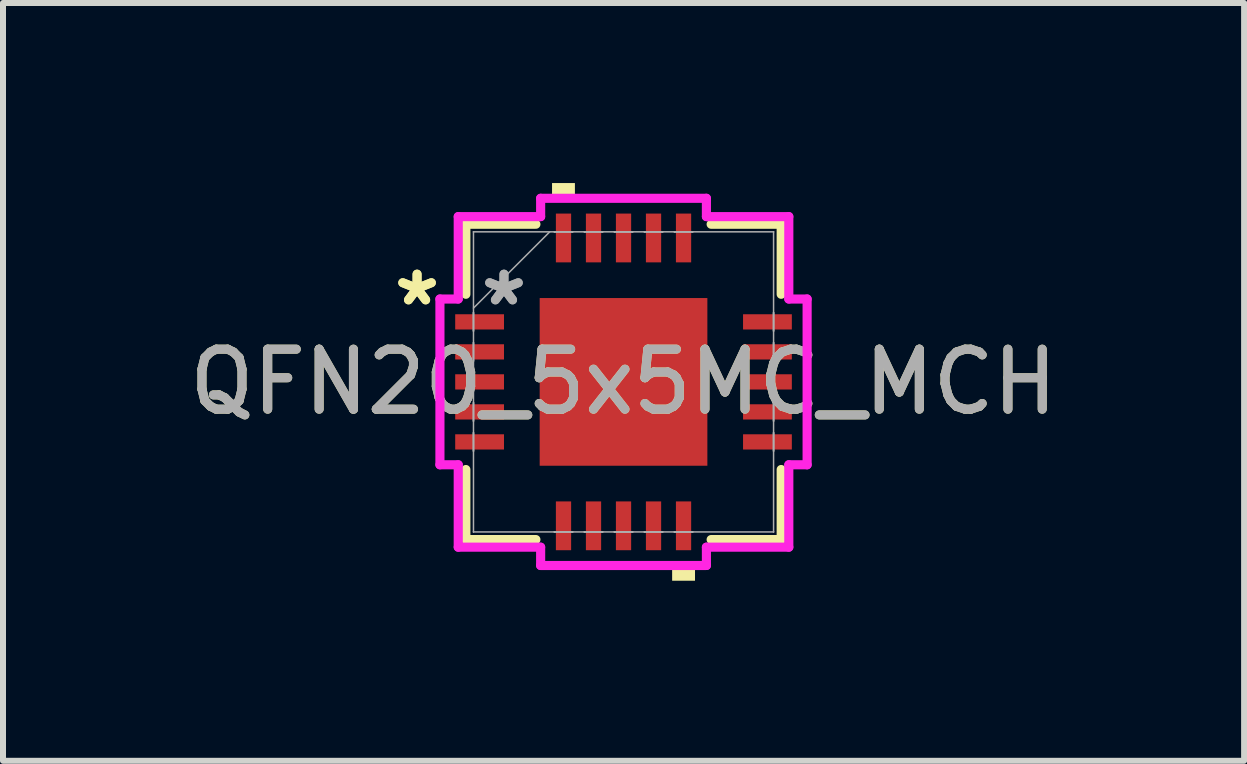
<source format=kicad_pcb>
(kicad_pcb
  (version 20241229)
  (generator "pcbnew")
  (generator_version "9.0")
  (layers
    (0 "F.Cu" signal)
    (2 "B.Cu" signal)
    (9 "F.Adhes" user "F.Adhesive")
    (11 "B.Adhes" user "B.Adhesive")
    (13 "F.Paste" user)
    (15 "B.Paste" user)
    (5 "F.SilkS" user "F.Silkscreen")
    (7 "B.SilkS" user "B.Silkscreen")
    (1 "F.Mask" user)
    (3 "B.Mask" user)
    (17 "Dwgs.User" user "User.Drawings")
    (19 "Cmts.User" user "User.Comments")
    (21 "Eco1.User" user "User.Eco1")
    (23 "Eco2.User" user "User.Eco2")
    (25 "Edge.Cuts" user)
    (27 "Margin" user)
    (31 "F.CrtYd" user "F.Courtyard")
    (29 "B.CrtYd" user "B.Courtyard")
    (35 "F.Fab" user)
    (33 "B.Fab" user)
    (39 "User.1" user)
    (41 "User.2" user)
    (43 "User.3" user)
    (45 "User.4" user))
  (footprint "QFN20_5x5MC_MCH"
    (layer "F.Cu")
    (at 7.339 3.313)
    (property "Reference" "QFN20_5x5MC_MCH" (at 0 0 0) (unlocked yes) (layer "F.SilkS") (effects (font (size 1 1) (thickness 0.15))))
    (attr smd)
    (fp_line (start -2.627 -2.627) (end -2.627 -1.46) (stroke (width 0.152) (type solid)) (layer "F.SilkS"))
    (fp_line (start -2.627 1.46) (end -2.627 2.627) (stroke (width 0.152) (type solid)) (layer "F.SilkS"))
    (fp_line (start -2.627 2.627) (end -1.46 2.627) (stroke (width 0.152) (type solid)) (layer "F.SilkS"))
    (fp_line (start -1.46 -2.627) (end -2.627 -2.627) (stroke (width 0.152) (type solid)) (layer "F.SilkS"))
    (fp_line (start 1.46 2.627) (end 2.627 2.627) (stroke (width 0.152) (type solid)) (layer "F.SilkS"))
    (fp_line (start 2.627 -2.627) (end 1.46 -2.627) (stroke (width 0.152) (type solid)) (layer "F.SilkS"))
    (fp_line (start 2.627 -1.46) (end 2.627 -2.627) (stroke (width 0.152) (type solid)) (layer "F.SilkS"))
    (fp_line (start 2.627 2.627) (end 2.627 1.46) (stroke (width 0.152) (type solid)) (layer "F.SilkS"))
    (fp_poly (pts (xy -1.191 -3.059) (xy -1.191 -3.313) (xy -0.81 -3.313) (xy -0.81 -3.059)) (stroke (width 0) (type solid)) (fill yes) (layer "F.SilkS"))
    (fp_poly (pts (xy 0.81 3.059) (xy 0.81 3.313) (xy 1.191 3.313) (xy 1.191 3.059)) (stroke (width 0) (type solid)) (fill yes) (layer "F.SilkS"))
    (fp_poly (pts (xy -1.297 -1.297) (xy -1.297 -0.1) (xy -0.1 -0.1) (xy -0.1 -1.297)) (stroke (width 0) (type solid)) (fill yes) (layer "F.Paste"))
    (fp_poly (pts (xy -1.297 0.1) (xy -1.297 1.297) (xy -0.1 1.297) (xy -0.1 0.1)) (stroke (width 0) (type solid)) (fill yes) (layer "F.Paste"))
    (fp_poly (pts (xy 0.1 -1.297) (xy 0.1 -0.1) (xy 1.297 -0.1) (xy 1.297 -1.297)) (stroke (width 0) (type solid)) (fill yes) (layer "F.Paste"))
    (fp_poly (pts (xy 0.1 0.1) (xy 0.1 1.297) (xy 1.297 1.297) (xy 1.297 0.1)) (stroke (width 0) (type solid)) (fill yes) (layer "F.Paste"))
    (fp_line (start -3.059 -1.381) (end -2.754 -1.381) (stroke (width 0.152) (type solid)) (layer "F.CrtYd"))
    (fp_line (start -3.059 1.381) (end -3.059 -1.381) (stroke (width 0.152) (type solid)) (layer "F.CrtYd"))
    (fp_line (start -2.754 -2.754) (end -1.381 -2.754) (stroke (width 0.152) (type solid)) (layer "F.CrtYd"))
    (fp_line (start -2.754 -1.381) (end -2.754 -2.754) (stroke (width 0.152) (type solid)) (layer "F.CrtYd"))
    (fp_line (start -2.754 1.381) (end -3.059 1.381) (stroke (width 0.152) (type solid)) (layer "F.CrtYd"))
    (fp_line (start -2.754 2.754) (end -2.754 1.381) (stroke (width 0.152) (type solid)) (layer "F.CrtYd"))
    (fp_line (start -1.381 -3.059) (end 1.381 -3.059) (stroke (width 0.152) (type solid)) (layer "F.CrtYd"))
    (fp_line (start -1.381 -2.754) (end -1.381 -3.059) (stroke (width 0.152) (type solid)) (layer "F.CrtYd"))
    (fp_line (start -1.381 2.754) (end -2.754 2.754) (stroke (width 0.152) (type solid)) (layer "F.CrtYd"))
    (fp_line (start -1.381 3.059) (end -1.381 2.754) (stroke (width 0.152) (type solid)) (layer "F.CrtYd"))
    (fp_line (start 1.381 -3.059) (end 1.381 -2.754) (stroke (width 0.152) (type solid)) (layer "F.CrtYd"))
    (fp_line (start 1.381 -2.754) (end 2.754 -2.754) (stroke (width 0.152) (type solid)) (layer "F.CrtYd"))
    (fp_line (start 1.381 2.754) (end 1.381 3.059) (stroke (width 0.152) (type solid)) (layer "F.CrtYd"))
    (fp_line (start 1.381 3.059) (end -1.381 3.059) (stroke (width 0.152) (type solid)) (layer "F.CrtYd"))
    (fp_line (start 2.754 -2.754) (end 2.754 -1.381) (stroke (width 0.152) (type solid)) (layer "F.CrtYd"))
    (fp_line (start 2.754 -1.381) (end 3.059 -1.381) (stroke (width 0.152) (type solid)) (layer "F.CrtYd"))
    (fp_line (start 2.754 1.381) (end 2.754 2.754) (stroke (width 0.152) (type solid)) (layer "F.CrtYd"))
    (fp_line (start 2.754 2.754) (end 1.381 2.754) (stroke (width 0.152) (type solid)) (layer "F.CrtYd"))
    (fp_line (start 3.059 -1.381) (end 3.059 1.381) (stroke (width 0.152) (type solid)) (layer "F.CrtYd"))
    (fp_line (start 3.059 1.381) (end 2.754 1.381) (stroke (width 0.152) (type solid)) (layer "F.CrtYd"))
    (fp_line (start -2.5 -2.5) (end -2.5 -2.5) (stroke (width 0.025) (type solid)) (layer "F.Fab"))
    (fp_line (start -2.5 -2.5) (end -2.5 2.5) (stroke (width 0.025) (type solid)) (layer "F.Fab"))
    (fp_line (start -2.5 -1.23) (end -1.23 -2.5) (stroke (width 0.025) (type solid)) (layer "F.Fab"))
    (fp_line (start -2.5 -1.152) (end -2.5 -1.152) (stroke (width 0.025) (type solid)) (layer "F.Fab"))
    (fp_line (start -2.5 -1.152) (end -2.5 -0.848) (stroke (width 0.025) (type solid)) (layer "F.Fab"))
    (fp_line (start -2.5 -0.848) (end -2.5 -1.152) (stroke (width 0.025) (type solid)) (layer "F.Fab"))
    (fp_line (start -2.5 -0.848) (end -2.5 -0.848) (stroke (width 0.025) (type solid)) (layer "F.Fab"))
    (fp_line (start -2.5 -0.652) (end -2.5 -0.652) (stroke (width 0.025) (type solid)) (layer "F.Fab"))
    (fp_line (start -2.5 -0.652) (end -2.5 -0.348) (stroke (width 0.025) (type solid)) (layer "F.Fab"))
    (fp_line (start -2.5 -0.348) (end -2.5 -0.652) (stroke (width 0.025) (type solid)) (layer "F.Fab"))
    (fp_line (start -2.5 -0.348) (end -2.5 -0.348) (stroke (width 0.025) (type solid)) (layer "F.Fab"))
    (fp_line (start -2.5 -0.152) (end -2.5 -0.152) (stroke (width 0.025) (type solid)) (layer "F.Fab"))
    (fp_line (start -2.5 -0.152) (end -2.5 0.152) (stroke (width 0.025) (type solid)) (layer "F.Fab"))
    (fp_line (start -2.5 0.152) (end -2.5 -0.152) (stroke (width 0.025) (type solid)) (layer "F.Fab"))
    (fp_line (start -2.5 0.152) (end -2.5 0.152) (stroke (width 0.025) (type solid)) (layer "F.Fab"))
    (fp_line (start -2.5 0.348) (end -2.5 0.348) (stroke (width 0.025) (type solid)) (layer "F.Fab"))
    (fp_line (start -2.5 0.348) (end -2.5 0.652) (stroke (width 0.025) (type solid)) (layer "F.Fab"))
    (fp_line (start -2.5 0.652) (end -2.5 0.348) (stroke (width 0.025) (type solid)) (layer "F.Fab"))
    (fp_line (start -2.5 0.652) (end -2.5 0.652) (stroke (width 0.025) (type solid)) (layer "F.Fab"))
    (fp_line (start -2.5 0.848) (end -2.5 0.848) (stroke (width 0.025) (type solid)) (layer "F.Fab"))
    (fp_line (start -2.5 0.848) (end -2.5 1.152) (stroke (width 0.025) (type solid)) (layer "F.Fab"))
    (fp_line (start -2.5 1.152) (end -2.5 0.848) (stroke (width 0.025) (type solid)) (layer "F.Fab"))
    (fp_line (start -2.5 1.152) (end -2.5 1.152) (stroke (width 0.025) (type solid)) (layer "F.Fab"))
    (fp_line (start -2.5 2.5) (end -2.5 2.5) (stroke (width 0.025) (type solid)) (layer "F.Fab"))
    (fp_line (start -2.5 2.5) (end 2.5 2.5) (stroke (width 0.025) (type solid)) (layer "F.Fab"))
    (fp_line (start -1.152 -2.5) (end -1.152 -2.5) (stroke (width 0.025) (type solid)) (layer "F.Fab"))
    (fp_line (start -1.152 -2.5) (end -0.848 -2.5) (stroke (width 0.025) (type solid)) (layer "F.Fab"))
    (fp_line (start -1.152 2.5) (end -1.152 2.5) (stroke (width 0.025) (type solid)) (layer "F.Fab"))
    (fp_line (start -1.152 2.5) (end -0.848 2.5) (stroke (width 0.025) (type solid)) (layer "F.Fab"))
    (fp_line (start -0.848 -2.5) (end -1.152 -2.5) (stroke (width 0.025) (type solid)) (layer "F.Fab"))
    (fp_line (start -0.848 -2.5) (end -0.848 -2.5) (stroke (width 0.025) (type solid)) (layer "F.Fab"))
    (fp_line (start -0.848 2.5) (end -1.152 2.5) (stroke (width 0.025) (type solid)) (layer "F.Fab"))
    (fp_line (start -0.848 2.5) (end -0.848 2.5) (stroke (width 0.025) (type solid)) (layer "F.Fab"))
    (fp_line (start -0.652 -2.5) (end -0.652 -2.5) (stroke (width 0.025) (type solid)) (layer "F.Fab"))
    (fp_line (start -0.652 -2.5) (end -0.348 -2.5) (stroke (width 0.025) (type solid)) (layer "F.Fab"))
    (fp_line (start -0.652 2.5) (end -0.652 2.5) (stroke (width 0.025) (type solid)) (layer "F.Fab"))
    (fp_line (start -0.652 2.5) (end -0.348 2.5) (stroke (width 0.025) (type solid)) (layer "F.Fab"))
    (fp_line (start -0.348 -2.5) (end -0.652 -2.5) (stroke (width 0.025) (type solid)) (layer "F.Fab"))
    (fp_line (start -0.348 -2.5) (end -0.348 -2.5) (stroke (width 0.025) (type solid)) (layer "F.Fab"))
    (fp_line (start -0.348 2.5) (end -0.652 2.5) (stroke (width 0.025) (type solid)) (layer "F.Fab"))
    (fp_line (start -0.348 2.5) (end -0.348 2.5) (stroke (width 0.025) (type solid)) (layer "F.Fab"))
    (fp_line (start -0.152 -2.5) (end -0.152 -2.5) (stroke (width 0.025) (type solid)) (layer "F.Fab"))
    (fp_line (start -0.152 -2.5) (end 0.152 -2.5) (stroke (width 0.025) (type solid)) (layer "F.Fab"))
    (fp_line (start -0.152 2.5) (end -0.152 2.5) (stroke (width 0.025) (type solid)) (layer "F.Fab"))
    (fp_line (start -0.152 2.5) (end 0.152 2.5) (stroke (width 0.025) (type solid)) (layer "F.Fab"))
    (fp_line (start 0.152 -2.5) (end -0.152 -2.5) (stroke (width 0.025) (type solid)) (layer "F.Fab"))
    (fp_line (start 0.152 -2.5) (end 0.152 -2.5) (stroke (width 0.025) (type solid)) (layer "F.Fab"))
    (fp_line (start 0.152 2.5) (end -0.152 2.5) (stroke (width 0.025) (type solid)) (layer "F.Fab"))
    (fp_line (start 0.152 2.5) (end 0.152 2.5) (stroke (width 0.025) (type solid)) (layer "F.Fab"))
    (fp_line (start 0.348 -2.5) (end 0.348 -2.5) (stroke (width 0.025) (type solid)) (layer "F.Fab"))
    (fp_line (start 0.348 -2.5) (end 0.652 -2.5) (stroke (width 0.025) (type solid)) (layer "F.Fab"))
    (fp_line (start 0.348 2.5) (end 0.348 2.5) (stroke (width 0.025) (type solid)) (layer "F.Fab"))
    (fp_line (start 0.348 2.5) (end 0.652 2.5) (stroke (width 0.025) (type solid)) (layer "F.Fab"))
    (fp_line (start 0.652 -2.5) (end 0.348 -2.5) (stroke (width 0.025) (type solid)) (layer "F.Fab"))
    (fp_line (start 0.652 -2.5) (end 0.652 -2.5) (stroke (width 0.025) (type solid)) (layer "F.Fab"))
    (fp_line (start 0.652 2.5) (end 0.348 2.5) (stroke (width 0.025) (type solid)) (layer "F.Fab"))
    (fp_line (start 0.652 2.5) (end 0.652 2.5) (stroke (width 0.025) (type solid)) (layer "F.Fab"))
    (fp_line (start 0.848 -2.5) (end 0.848 -2.5) (stroke (width 0.025) (type solid)) (layer "F.Fab"))
    (fp_line (start 0.848 -2.5) (end 1.152 -2.5) (stroke (width 0.025) (type solid)) (layer "F.Fab"))
    (fp_line (start 0.848 2.5) (end 0.848 2.5) (stroke (width 0.025) (type solid)) (layer "F.Fab"))
    (fp_line (start 0.848 2.5) (end 1.152 2.5) (stroke (width 0.025) (type solid)) (layer "F.Fab"))
    (fp_line (start 1.152 -2.5) (end 0.848 -2.5) (stroke (width 0.025) (type solid)) (layer "F.Fab"))
    (fp_line (start 1.152 -2.5) (end 1.152 -2.5) (stroke (width 0.025) (type solid)) (layer "F.Fab"))
    (fp_line (start 1.152 2.5) (end 0.848 2.5) (stroke (width 0.025) (type solid)) (layer "F.Fab"))
    (fp_line (start 1.152 2.5) (end 1.152 2.5) (stroke (width 0.025) (type solid)) (layer "F.Fab"))
    (fp_line (start 2.5 -2.5) (end -2.5 -2.5) (stroke (width 0.025) (type solid)) (layer "F.Fab"))
    (fp_line (start 2.5 -2.5) (end 2.5 -2.5) (stroke (width 0.025) (type solid)) (layer "F.Fab"))
    (fp_line (start 2.5 -1.152) (end 2.5 -1.152) (stroke (width 0.025) (type solid)) (layer "F.Fab"))
    (fp_line (start 2.5 -1.152) (end 2.5 -0.848) (stroke (width 0.025) (type solid)) (layer "F.Fab"))
    (fp_line (start 2.5 -0.848) (end 2.5 -1.152) (stroke (width 0.025) (type solid)) (layer "F.Fab"))
    (fp_line (start 2.5 -0.848) (end 2.5 -0.848) (stroke (width 0.025) (type solid)) (layer "F.Fab"))
    (fp_line (start 2.5 -0.652) (end 2.5 -0.652) (stroke (width 0.025) (type solid)) (layer "F.Fab"))
    (fp_line (start 2.5 -0.652) (end 2.5 -0.348) (stroke (width 0.025) (type solid)) (layer "F.Fab"))
    (fp_line (start 2.5 -0.348) (end 2.5 -0.652) (stroke (width 0.025) (type solid)) (layer "F.Fab"))
    (fp_line (start 2.5 -0.348) (end 2.5 -0.348) (stroke (width 0.025) (type solid)) (layer "F.Fab"))
    (fp_line (start 2.5 -0.152) (end 2.5 -0.152) (stroke (width 0.025) (type solid)) (layer "F.Fab"))
    (fp_line (start 2.5 -0.152) (end 2.5 0.152) (stroke (width 0.025) (type solid)) (layer "F.Fab"))
    (fp_line (start 2.5 0.152) (end 2.5 -0.152) (stroke (width 0.025) (type solid)) (layer "F.Fab"))
    (fp_line (start 2.5 0.152) (end 2.5 0.152) (stroke (width 0.025) (type solid)) (layer "F.Fab"))
    (fp_line (start 2.5 0.348) (end 2.5 0.348) (stroke (width 0.025) (type solid)) (layer "F.Fab"))
    (fp_line (start 2.5 0.348) (end 2.5 0.652) (stroke (width 0.025) (type solid)) (layer "F.Fab"))
    (fp_line (start 2.5 0.652) (end 2.5 0.348) (stroke (width 0.025) (type solid)) (layer "F.Fab"))
    (fp_line (start 2.5 0.652) (end 2.5 0.652) (stroke (width 0.025) (type solid)) (layer "F.Fab"))
    (fp_line (start 2.5 0.848) (end 2.5 0.848) (stroke (width 0.025) (type solid)) (layer "F.Fab"))
    (fp_line (start 2.5 0.848) (end 2.5 1.152) (stroke (width 0.025) (type solid)) (layer "F.Fab"))
    (fp_line (start 2.5 1.152) (end 2.5 0.848) (stroke (width 0.025) (type solid)) (layer "F.Fab"))
    (fp_line (start 2.5 1.152) (end 2.5 1.152) (stroke (width 0.025) (type solid)) (layer "F.Fab"))
    (fp_line (start 2.5 2.5) (end 2.5 -2.5) (stroke (width 0.025) (type solid)) (layer "F.Fab"))
    (fp_line (start 2.5 2.5) (end 2.5 2.5) (stroke (width 0.025) (type solid)) (layer "F.Fab"))
    (fp_text user "*" (at -3.44 -1.25 0) (layer "F.SilkS") (effects (font (size 1 1) (thickness 0.15))))
    (fp_text user "*" (at -3.44 -1.25 0) (unlocked yes) (layer "F.SilkS") (effects (font (size 1 1) (thickness 0.15))))
    (fp_text user "${REFERENCE}" (at 0 0 0) (unlocked yes) (layer "F.Fab") (effects (font (size 1 1) (thickness 0.15))))
    (fp_text user "*" (at -1.992 -1.25 0) (unlocked yes) (layer "F.Fab") (effects (font (size 1 1) (thickness 0.15))))
    (fp_text user "*" (at -1.992 -1.25 0) (layer "F.Fab") (effects (font (size 1 1) (thickness 0.15))))
    (pad "1" smd rect (at -2.398 -1 90) (size 0.254 0.813) (layers "F.Cu" "F.Mask" "F.Paste"))
    (pad "2" smd rect (at -2.398 -0.5 90) (size 0.254 0.813) (layers "F.Cu" "F.Mask" "F.Paste"))
    (pad "3" smd rect (at -2.398 0 90) (size 0.254 0.813) (layers "F.Cu" "F.Mask" "F.Paste"))
    (pad "4" smd rect (at -2.398 0.5 90) (size 0.254 0.813) (layers "F.Cu" "F.Mask" "F.Paste"))
    (pad "5" smd rect (at -2.398 1 90) (size 0.254 0.813) (layers "F.Cu" "F.Mask" "F.Paste"))
    (pad "6" smd rect (at -1 2.398) (size 0.254 0.813) (layers "F.Cu" "F.Mask" "F.Paste"))
    (pad "7" smd rect (at -0.5 2.398) (size 0.254 0.813) (layers "F.Cu" "F.Mask" "F.Paste"))
    (pad "8" smd rect (at 0 2.398) (size 0.254 0.813) (layers "F.Cu" "F.Mask" "F.Paste"))
    (pad "9" smd rect (at 0.5 2.398) (size 0.254 0.813) (layers "F.Cu" "F.Mask" "F.Paste"))
    (pad "10" smd rect (at 1 2.398) (size 0.254 0.813) (layers "F.Cu" "F.Mask" "F.Paste"))
    (pad "11" smd rect (at 2.398 1 90) (size 0.254 0.813) (layers "F.Cu" "F.Mask" "F.Paste"))
    (pad "12" smd rect (at 2.398 0.5 90) (size 0.254 0.813) (layers "F.Cu" "F.Mask" "F.Paste"))
    (pad "13" smd rect (at 2.398 0 90) (size 0.254 0.813) (layers "F.Cu" "F.Mask" "F.Paste"))
    (pad "14" smd rect (at 2.398 -0.5 90) (size 0.254 0.813) (layers "F.Cu" "F.Mask" "F.Paste"))
    (pad "15" smd rect (at 2.398 -1 90) (size 0.254 0.813) (layers "F.Cu" "F.Mask" "F.Paste"))
    (pad "16" smd rect (at 1 -2.398) (size 0.254 0.813) (layers "F.Cu" "F.Mask" "F.Paste"))
    (pad "17" smd rect (at 0.5 -2.398) (size 0.254 0.813) (layers "F.Cu" "F.Mask" "F.Paste"))
    (pad "18" smd rect (at 0 -2.398) (size 0.254 0.813) (layers "F.Cu" "F.Mask" "F.Paste"))
    (pad "19" smd rect (at -0.5 -2.398) (size 0.254 0.813) (layers "F.Cu" "F.Mask" "F.Paste"))
    (pad "20" smd rect (at -1 -2.398) (size 0.254 0.813) (layers "F.Cu" "F.Mask" "F.Paste"))
    (pad "21" smd rect (at 0 0) (size 2.794 2.794) (layers "F.Cu" "F.Mask" "F.Paste")))
  (gr_rect
    (start -3 -3)
    (end 17.679 9.626)
    (stroke (width 0.1) (type default))
    (fill no)
    (layer "Edge.Cuts")))
</source>
